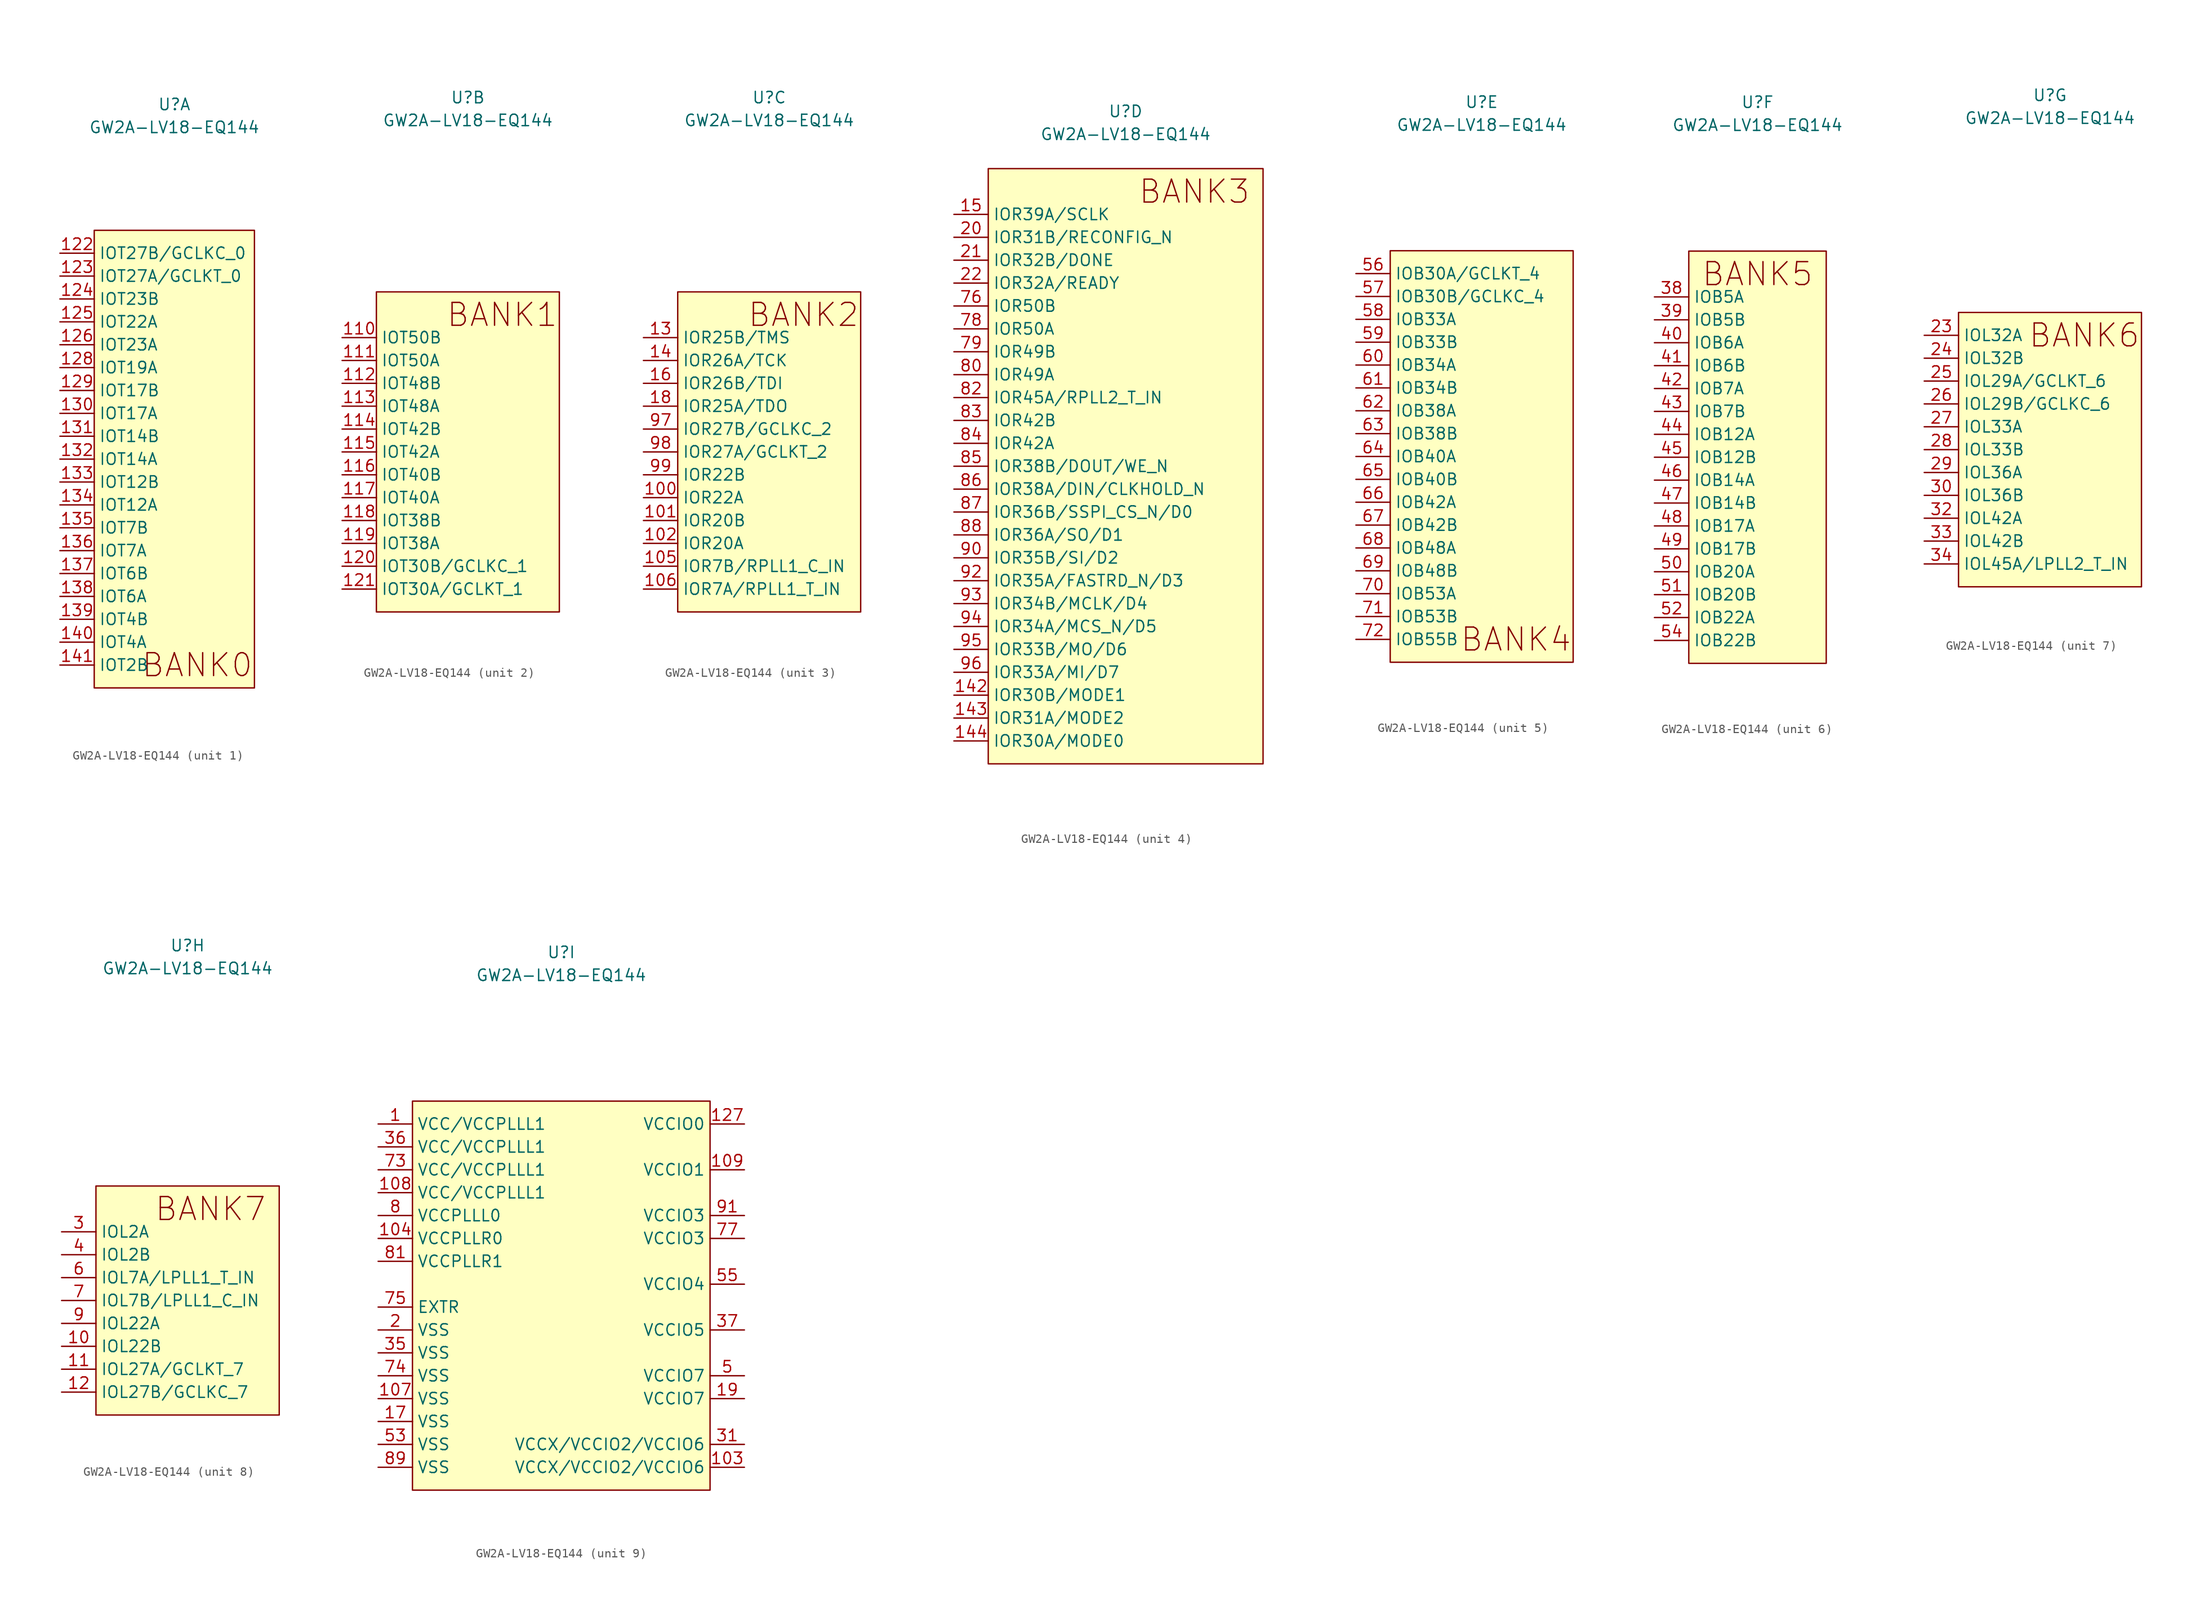
<source format=kicad_sym>
(kicad_symbol_lib
  (version 20220914)
  (generator kicad_symbol_editor)
  (symbol "GW2A-LV18-EQ144"
    (property "Reference" "U"
      (at 0 39.37 0)
      (effects (font (size 1.27 1.27))))
    (property "Value" "GW2A-LV18-EQ144"
      (at 0 36.83 0)
      (effects (font (size 1.27 1.27))))
    (property "ki_locked" ""
      (at 0 0 0)
      (effects (font (size 1.27 1.27))))
    (symbol "GW2A-LV18-EQ144_1_1"
      (rectangle (start -8.89 25.4) (end 8.89 -25.4) (stroke (width 0) (type default)) (fill (type background)))
      (text "BANK0" (at 2.54 -22.86 0) (effects (font (size 2.54 2.54))))
      (pin bidirectional line (at -12.7 22.86 0) (length 3.81) (name "IOT27B/GCLKC_0" (effects (font (size 1.27 1.27)))) (number "122" (effects (font (size 1.27 1.27)))))
      (pin bidirectional line (at -12.7 20.32 0) (length 3.81) (name "IOT27A/GCLKT_0" (effects (font (size 1.27 1.27)))) (number "123" (effects (font (size 1.27 1.27)))))
      (pin bidirectional line (at -12.7 17.78 0) (length 3.81) (name "IOT23B" (effects (font (size 1.27 1.27)))) (number "124" (effects (font (size 1.27 1.27)))))
      (pin bidirectional line (at -12.7 15.24 0) (length 3.81) (name "IOT22A" (effects (font (size 1.27 1.27)))) (number "125" (effects (font (size 1.27 1.27)))))
      (pin bidirectional line (at -12.7 12.7 0) (length 3.81) (name "IOT23A" (effects (font (size 1.27 1.27)))) (number "126" (effects (font (size 1.27 1.27)))))
      (pin bidirectional line (at -12.7 10.16 0) (length 3.81) (name "IOT19A" (effects (font (size 1.27 1.27)))) (number "128" (effects (font (size 1.27 1.27)))))
      (pin bidirectional line (at -12.7 7.62 0) (length 3.81) (name "IOT17B" (effects (font (size 1.27 1.27)))) (number "129" (effects (font (size 1.27 1.27)))))
      (pin bidirectional line (at -12.7 5.08 0) (length 3.81) (name "IOT17A" (effects (font (size 1.27 1.27)))) (number "130" (effects (font (size 1.27 1.27)))))
      (pin bidirectional line (at -12.7 2.54 0) (length 3.81) (name "IOT14B" (effects (font (size 1.27 1.27)))) (number "131" (effects (font (size 1.27 1.27)))))
      (pin bidirectional line (at -12.7 0 0) (length 3.81) (name "IOT14A" (effects (font (size 1.27 1.27)))) (number "132" (effects (font (size 1.27 1.27)))))
      (pin bidirectional line (at -12.7 -2.54 0) (length 3.81) (name "IOT12B" (effects (font (size 1.27 1.27)))) (number "133" (effects (font (size 1.27 1.27)))))
      (pin bidirectional line (at -12.7 -5.08 0) (length 3.81) (name "IOT12A" (effects (font (size 1.27 1.27)))) (number "134" (effects (font (size 1.27 1.27)))))
      (pin bidirectional line (at -12.7 -7.62 0) (length 3.81) (name "IOT7B" (effects (font (size 1.27 1.27)))) (number "135" (effects (font (size 1.27 1.27)))))
      (pin bidirectional line (at -12.7 -10.16 0) (length 3.81) (name "IOT7A" (effects (font (size 1.27 1.27)))) (number "136" (effects (font (size 1.27 1.27)))))
      (pin bidirectional line (at -12.7 -12.7 0) (length 3.81) (name "IOT6B" (effects (font (size 1.27 1.27)))) (number "137" (effects (font (size 1.27 1.27)))))
      (pin bidirectional line (at -12.7 -15.24 0) (length 3.81) (name "IOT6A" (effects (font (size 1.27 1.27)))) (number "138" (effects (font (size 1.27 1.27)))))
      (pin bidirectional line (at -12.7 -17.78 0) (length 3.81) (name "IOT4B" (effects (font (size 1.27 1.27)))) (number "139" (effects (font (size 1.27 1.27)))))
      (pin bidirectional line (at -12.7 -20.32 0) (length 3.81) (name "IOT4A" (effects (font (size 1.27 1.27)))) (number "140" (effects (font (size 1.27 1.27)))))
      (pin bidirectional line (at -12.7 -22.86 0) (length 3.81) (name "IOT2B" (effects (font (size 1.27 1.27)))) (number "141" (effects (font (size 1.27 1.27))))))
    (symbol "GW2A-LV18-EQ144_2_1"
      (rectangle (start -10.16 17.78) (end 10.16 -17.78) (stroke (width 0) (type default)) (fill (type background)))
      (text "BANK1" (at 3.81 15.24 0) (effects (font (size 2.54 2.54))))
      (pin bidirectional line (at -13.97 12.7 0) (length 3.81) (name "IOT50B" (effects (font (size 1.27 1.27)))) (number "110" (effects (font (size 1.27 1.27)))))
      (pin bidirectional line (at -13.97 10.16 0) (length 3.81) (name "IOT50A" (effects (font (size 1.27 1.27)))) (number "111" (effects (font (size 1.27 1.27)))))
      (pin bidirectional line (at -13.97 7.62 0) (length 3.81) (name "IOT48B" (effects (font (size 1.27 1.27)))) (number "112" (effects (font (size 1.27 1.27)))))
      (pin bidirectional line (at -13.97 5.08 0) (length 3.81) (name "IOT48A" (effects (font (size 1.27 1.27)))) (number "113" (effects (font (size 1.27 1.27)))))
      (pin bidirectional line (at -13.97 2.54 0) (length 3.81) (name "IOT42B" (effects (font (size 1.27 1.27)))) (number "114" (effects (font (size 1.27 1.27)))))
      (pin bidirectional line (at -13.97 0 0) (length 3.81) (name "IOT42A" (effects (font (size 1.27 1.27)))) (number "115" (effects (font (size 1.27 1.27)))))
      (pin bidirectional line (at -13.97 -2.54 0) (length 3.81) (name "IOT40B" (effects (font (size 1.27 1.27)))) (number "116" (effects (font (size 1.27 1.27)))))
      (pin bidirectional line (at -13.97 -5.08 0) (length 3.81) (name "IOT40A" (effects (font (size 1.27 1.27)))) (number "117" (effects (font (size 1.27 1.27)))))
      (pin bidirectional line (at -13.97 -7.62 0) (length 3.81) (name "IOT38B" (effects (font (size 1.27 1.27)))) (number "118" (effects (font (size 1.27 1.27)))))
      (pin bidirectional line (at -13.97 -10.16 0) (length 3.81) (name "IOT38A" (effects (font (size 1.27 1.27)))) (number "119" (effects (font (size 1.27 1.27)))))
      (pin bidirectional line (at -13.97 -12.7 0) (length 3.81) (name "IOT30B/GCLKC_1" (effects (font (size 1.27 1.27)))) (number "120" (effects (font (size 1.27 1.27)))))
      (pin bidirectional line (at -13.97 -15.24 0) (length 3.81) (name "IOT30A/GCLKT_1" (effects (font (size 1.27 1.27)))) (number "121" (effects (font (size 1.27 1.27))))))
    (symbol "GW2A-LV18-EQ144_3_1"
      (rectangle (start -10.16 17.78) (end 10.16 -17.78) (stroke (width 0) (type default)) (fill (type background)))
      (text "BANK2" (at 3.81 15.24 0) (effects (font (size 2.54 2.54))))
      (pin bidirectional line (at -13.97 -5.08 0) (length 3.81) (name "IOR22A" (effects (font (size 1.27 1.27)))) (number "100" (effects (font (size 1.27 1.27)))))
      (pin bidirectional line (at -13.97 -7.62 0) (length 3.81) (name "IOR20B" (effects (font (size 1.27 1.27)))) (number "101" (effects (font (size 1.27 1.27)))))
      (pin bidirectional line (at -13.97 -10.16 0) (length 3.81) (name "IOR20A" (effects (font (size 1.27 1.27)))) (number "102" (effects (font (size 1.27 1.27)))))
      (pin bidirectional line (at -13.97 -12.7 0) (length 3.81) (name "IOR7B/RPLL1_C_IN" (effects (font (size 1.27 1.27)))) (number "105" (effects (font (size 1.27 1.27)))))
      (pin bidirectional line (at -13.97 -15.24 0) (length 3.81) (name "IOR7A/RPLL1_T_IN" (effects (font (size 1.27 1.27)))) (number "106" (effects (font (size 1.27 1.27)))))
      (pin bidirectional line (at -13.97 12.7 0) (length 3.81) (name "IOR25B/TMS" (effects (font (size 1.27 1.27)))) (number "13" (effects (font (size 1.27 1.27)))))
      (pin bidirectional line (at -13.97 10.16 0) (length 3.81) (name "IOR26A/TCK" (effects (font (size 1.27 1.27)))) (number "14" (effects (font (size 1.27 1.27)))))
      (pin bidirectional line (at -13.97 7.62 0) (length 3.81) (name "IOR26B/TDI" (effects (font (size 1.27 1.27)))) (number "16" (effects (font (size 1.27 1.27)))))
      (pin bidirectional line (at -13.97 5.08 0) (length 3.81) (name "IOR25A/TDO" (effects (font (size 1.27 1.27)))) (number "18" (effects (font (size 1.27 1.27)))))
      (pin bidirectional line (at -13.97 2.54 0) (length 3.81) (name "IOR27B/GCLKC_2" (effects (font (size 1.27 1.27)))) (number "97" (effects (font (size 1.27 1.27)))))
      (pin bidirectional line (at -13.97 0 0) (length 3.81) (name "IOR27A/GCLKT_2" (effects (font (size 1.27 1.27)))) (number "98" (effects (font (size 1.27 1.27)))))
      (pin bidirectional line (at -13.97 -2.54 0) (length 3.81) (name "IOR22B" (effects (font (size 1.27 1.27)))) (number "99" (effects (font (size 1.27 1.27))))))
    (symbol "GW2A-LV18-EQ144_4_1"
      (rectangle (start -15.24 33.02) (end 15.24 -33.02) (stroke (width 0) (type default)) (fill (type background)))
      (text "BANK3" (at 7.62 30.48 0) (effects (font (size 2.54 2.54))))
      (pin bidirectional line (at -19.05 -25.4 0) (length 3.81) (name "IOR30B/MODE1" (effects (font (size 1.27 1.27)))) (number "142" (effects (font (size 1.27 1.27)))))
      (pin bidirectional line (at -19.05 -27.94 0) (length 3.81) (name "IOR31A/MODE2" (effects (font (size 1.27 1.27)))) (number "143" (effects (font (size 1.27 1.27)))))
      (pin bidirectional line (at -19.05 -30.48 0) (length 3.81) (name "IOR30A/MODE0" (effects (font (size 1.27 1.27)))) (number "144" (effects (font (size 1.27 1.27)))))
      (pin bidirectional line (at -19.05 27.94 0) (length 3.81) (name "IOR39A/SCLK" (effects (font (size 1.27 1.27)))) (number "15" (effects (font (size 1.27 1.27)))))
      (pin bidirectional line (at -19.05 25.4 0) (length 3.81) (name "IOR31B/RECONFIG_N" (effects (font (size 1.27 1.27)))) (number "20" (effects (font (size 1.27 1.27)))))
      (pin bidirectional line (at -19.05 22.86 0) (length 3.81) (name "IOR32B/DONE" (effects (font (size 1.27 1.27)))) (number "21" (effects (font (size 1.27 1.27)))))
      (pin bidirectional line (at -19.05 20.32 0) (length 3.81) (name "IOR32A/READY" (effects (font (size 1.27 1.27)))) (number "22" (effects (font (size 1.27 1.27)))))
      (pin bidirectional line (at -19.05 17.78 0) (length 3.81) (name "IOR50B" (effects (font (size 1.27 1.27)))) (number "76" (effects (font (size 1.27 1.27)))))
      (pin bidirectional line (at -19.05 15.24 0) (length 3.81) (name "IOR50A" (effects (font (size 1.27 1.27)))) (number "78" (effects (font (size 1.27 1.27)))))
      (pin bidirectional line (at -19.05 12.7 0) (length 3.81) (name "IOR49B" (effects (font (size 1.27 1.27)))) (number "79" (effects (font (size 1.27 1.27)))))
      (pin bidirectional line (at -19.05 10.16 0) (length 3.81) (name "IOR49A" (effects (font (size 1.27 1.27)))) (number "80" (effects (font (size 1.27 1.27)))))
      (pin bidirectional line (at -19.05 7.62 0) (length 3.81) (name "IOR45A/RPLL2_T_IN" (effects (font (size 1.27 1.27)))) (number "82" (effects (font (size 1.27 1.27)))))
      (pin bidirectional line (at -19.05 5.08 0) (length 3.81) (name "IOR42B" (effects (font (size 1.27 1.27)))) (number "83" (effects (font (size 1.27 1.27)))))
      (pin bidirectional line (at -19.05 2.54 0) (length 3.81) (name "IOR42A" (effects (font (size 1.27 1.27)))) (number "84" (effects (font (size 1.27 1.27)))))
      (pin bidirectional line (at -19.05 0 0) (length 3.81) (name "IOR38B/DOUT/WE_N" (effects (font (size 1.27 1.27)))) (number "85" (effects (font (size 1.27 1.27)))))
      (pin bidirectional line (at -19.05 -2.54 0) (length 3.81) (name "IOR38A/DIN/CLKHOLD_N" (effects (font (size 1.27 1.27)))) (number "86" (effects (font (size 1.27 1.27)))))
      (pin bidirectional line (at -19.05 -5.08 0) (length 3.81) (name "IOR36B/SSPI_CS_N/D0" (effects (font (size 1.27 1.27)))) (number "87" (effects (font (size 1.27 1.27)))))
      (pin bidirectional line (at -19.05 -7.62 0) (length 3.81) (name "IOR36A/SO/D1" (effects (font (size 1.27 1.27)))) (number "88" (effects (font (size 1.27 1.27)))))
      (pin bidirectional line (at -19.05 -10.16 0) (length 3.81) (name "IOR35B/SI/D2" (effects (font (size 1.27 1.27)))) (number "90" (effects (font (size 1.27 1.27)))))
      (pin bidirectional line (at -19.05 -12.7 0) (length 3.81) (name "IOR35A/FASTRD_N/D3" (effects (font (size 1.27 1.27)))) (number "92" (effects (font (size 1.27 1.27)))))
      (pin bidirectional line (at -19.05 -15.24 0) (length 3.81) (name "IOR34B/MCLK/D4" (effects (font (size 1.27 1.27)))) (number "93" (effects (font (size 1.27 1.27)))))
      (pin bidirectional line (at -19.05 -17.78 0) (length 3.81) (name "IOR34A/MCS_N/D5" (effects (font (size 1.27 1.27)))) (number "94" (effects (font (size 1.27 1.27)))))
      (pin bidirectional line (at -19.05 -20.32 0) (length 3.81) (name "IOR33B/MO/D6" (effects (font (size 1.27 1.27)))) (number "95" (effects (font (size 1.27 1.27)))))
      (pin bidirectional line (at -19.05 -22.86 0) (length 3.81) (name "IOR33A/MI/D7" (effects (font (size 1.27 1.27)))) (number "96" (effects (font (size 1.27 1.27))))))
    (symbol "GW2A-LV18-EQ144_5_1"
      (rectangle (start -10.16 22.86) (end 10.16 -22.86) (stroke (width 0) (type default)) (fill (type background)))
      (text "BANK4" (at 3.81 -20.32 0) (effects (font (size 2.54 2.54))))
      (pin bidirectional line (at -13.97 20.32 0) (length 3.81) (name "IOB30A/GCLKT_4" (effects (font (size 1.27 1.27)))) (number "56" (effects (font (size 1.27 1.27)))))
      (pin bidirectional line (at -13.97 17.78 0) (length 3.81) (name "IOB30B/GCLKC_4" (effects (font (size 1.27 1.27)))) (number "57" (effects (font (size 1.27 1.27)))))
      (pin bidirectional line (at -13.97 15.24 0) (length 3.81) (name "IOB33A" (effects (font (size 1.27 1.27)))) (number "58" (effects (font (size 1.27 1.27)))))
      (pin bidirectional line (at -13.97 12.7 0) (length 3.81) (name "IOB33B" (effects (font (size 1.27 1.27)))) (number "59" (effects (font (size 1.27 1.27)))))
      (pin bidirectional line (at -13.97 10.16 0) (length 3.81) (name "IOB34A" (effects (font (size 1.27 1.27)))) (number "60" (effects (font (size 1.27 1.27)))))
      (pin bidirectional line (at -13.97 7.62 0) (length 3.81) (name "IOB34B" (effects (font (size 1.27 1.27)))) (number "61" (effects (font (size 1.27 1.27)))))
      (pin bidirectional line (at -13.97 5.08 0) (length 3.81) (name "IOB38A" (effects (font (size 1.27 1.27)))) (number "62" (effects (font (size 1.27 1.27)))))
      (pin bidirectional line (at -13.97 2.54 0) (length 3.81) (name "IOB38B" (effects (font (size 1.27 1.27)))) (number "63" (effects (font (size 1.27 1.27)))))
      (pin bidirectional line (at -13.97 0 0) (length 3.81) (name "IOB40A" (effects (font (size 1.27 1.27)))) (number "64" (effects (font (size 1.27 1.27)))))
      (pin bidirectional line (at -13.97 -2.54 0) (length 3.81) (name "IOB40B" (effects (font (size 1.27 1.27)))) (number "65" (effects (font (size 1.27 1.27)))))
      (pin bidirectional line (at -13.97 -5.08 0) (length 3.81) (name "IOB42A" (effects (font (size 1.27 1.27)))) (number "66" (effects (font (size 1.27 1.27)))))
      (pin bidirectional line (at -13.97 -7.62 0) (length 3.81) (name "IOB42B" (effects (font (size 1.27 1.27)))) (number "67" (effects (font (size 1.27 1.27)))))
      (pin bidirectional line (at -13.97 -10.16 0) (length 3.81) (name "IOB48A" (effects (font (size 1.27 1.27)))) (number "68" (effects (font (size 1.27 1.27)))))
      (pin bidirectional line (at -13.97 -12.7 0) (length 3.81) (name "IOB48B" (effects (font (size 1.27 1.27)))) (number "69" (effects (font (size 1.27 1.27)))))
      (pin bidirectional line (at -13.97 -15.24 0) (length 3.81) (name "IOB53A" (effects (font (size 1.27 1.27)))) (number "70" (effects (font (size 1.27 1.27)))))
      (pin bidirectional line (at -13.97 -17.78 0) (length 3.81) (name "IOB53B" (effects (font (size 1.27 1.27)))) (number "71" (effects (font (size 1.27 1.27)))))
      (pin bidirectional line (at -13.97 -20.32 0) (length 3.81) (name "IOB55B" (effects (font (size 1.27 1.27)))) (number "72" (effects (font (size 1.27 1.27))))))
    (symbol "GW2A-LV18-EQ144_6_1"
      (rectangle (start -7.62 22.86) (end 7.62 -22.86) (stroke (width 0) (type default)) (fill (type background)))
      (text "BANK5" (at 0 20.32 0) (effects (font (size 2.54 2.54))))
      (pin bidirectional line (at -11.43 17.78 0) (length 3.81) (name "IOB5A" (effects (font (size 1.27 1.27)))) (number "38" (effects (font (size 1.27 1.27)))))
      (pin bidirectional line (at -11.43 15.24 0) (length 3.81) (name "IOB5B" (effects (font (size 1.27 1.27)))) (number "39" (effects (font (size 1.27 1.27)))))
      (pin bidirectional line (at -11.43 12.7 0) (length 3.81) (name "IOB6A" (effects (font (size 1.27 1.27)))) (number "40" (effects (font (size 1.27 1.27)))))
      (pin bidirectional line (at -11.43 10.16 0) (length 3.81) (name "IOB6B" (effects (font (size 1.27 1.27)))) (number "41" (effects (font (size 1.27 1.27)))))
      (pin bidirectional line (at -11.43 7.62 0) (length 3.81) (name "IOB7A" (effects (font (size 1.27 1.27)))) (number "42" (effects (font (size 1.27 1.27)))))
      (pin bidirectional line (at -11.43 5.08 0) (length 3.81) (name "IOB7B" (effects (font (size 1.27 1.27)))) (number "43" (effects (font (size 1.27 1.27)))))
      (pin bidirectional line (at -11.43 2.54 0) (length 3.81) (name "IOB12A" (effects (font (size 1.27 1.27)))) (number "44" (effects (font (size 1.27 1.27)))))
      (pin bidirectional line (at -11.43 0 0) (length 3.81) (name "IOB12B" (effects (font (size 1.27 1.27)))) (number "45" (effects (font (size 1.27 1.27)))))
      (pin bidirectional line (at -11.43 -2.54 0) (length 3.81) (name "IOB14A" (effects (font (size 1.27 1.27)))) (number "46" (effects (font (size 1.27 1.27)))))
      (pin bidirectional line (at -11.43 -5.08 0) (length 3.81) (name "IOB14B" (effects (font (size 1.27 1.27)))) (number "47" (effects (font (size 1.27 1.27)))))
      (pin bidirectional line (at -11.43 -7.62 0) (length 3.81) (name "IOB17A" (effects (font (size 1.27 1.27)))) (number "48" (effects (font (size 1.27 1.27)))))
      (pin bidirectional line (at -11.43 -10.16 0) (length 3.81) (name "IOB17B" (effects (font (size 1.27 1.27)))) (number "49" (effects (font (size 1.27 1.27)))))
      (pin bidirectional line (at -11.43 -12.7 0) (length 3.81) (name "IOB20A" (effects (font (size 1.27 1.27)))) (number "50" (effects (font (size 1.27 1.27)))))
      (pin bidirectional line (at -11.43 -15.24 0) (length 3.81) (name "IOB20B" (effects (font (size 1.27 1.27)))) (number "51" (effects (font (size 1.27 1.27)))))
      (pin bidirectional line (at -11.43 -17.78 0) (length 3.81) (name "IOB22A" (effects (font (size 1.27 1.27)))) (number "52" (effects (font (size 1.27 1.27)))))
      (pin bidirectional line (at -11.43 -20.32 0) (length 3.81) (name "IOB22B" (effects (font (size 1.27 1.27)))) (number "54" (effects (font (size 1.27 1.27))))))
    (symbol "GW2A-LV18-EQ144_7_1"
      (rectangle (start -10.16 15.24) (end 10.16 -15.24) (stroke (width 0) (type default)) (fill (type background)))
      (text "BANK6" (at 3.81 12.7 0) (effects (font (size 2.54 2.54))))
      (pin bidirectional line (at -13.97 12.7 0) (length 3.81) (name "IOL32A" (effects (font (size 1.27 1.27)))) (number "23" (effects (font (size 1.27 1.27)))))
      (pin bidirectional line (at -13.97 10.16 0) (length 3.81) (name "IOL32B" (effects (font (size 1.27 1.27)))) (number "24" (effects (font (size 1.27 1.27)))))
      (pin bidirectional line (at -13.97 7.62 0) (length 3.81) (name "IOL29A/GCLKT_6" (effects (font (size 1.27 1.27)))) (number "25" (effects (font (size 1.27 1.27)))))
      (pin bidirectional line (at -13.97 5.08 0) (length 3.81) (name "IOL29B/GCLKC_6" (effects (font (size 1.27 1.27)))) (number "26" (effects (font (size 1.27 1.27)))))
      (pin bidirectional line (at -13.97 2.54 0) (length 3.81) (name "IOL33A" (effects (font (size 1.27 1.27)))) (number "27" (effects (font (size 1.27 1.27)))))
      (pin bidirectional line (at -13.97 0 0) (length 3.81) (name "IOL33B" (effects (font (size 1.27 1.27)))) (number "28" (effects (font (size 1.27 1.27)))))
      (pin bidirectional line (at -13.97 -2.54 0) (length 3.81) (name "IOL36A" (effects (font (size 1.27 1.27)))) (number "29" (effects (font (size 1.27 1.27)))))
      (pin bidirectional line (at -13.97 -5.08 0) (length 3.81) (name "IOL36B" (effects (font (size 1.27 1.27)))) (number "30" (effects (font (size 1.27 1.27)))))
      (pin bidirectional line (at -13.97 -7.62 0) (length 3.81) (name "IOL42A" (effects (font (size 1.27 1.27)))) (number "32" (effects (font (size 1.27 1.27)))))
      (pin bidirectional line (at -13.97 -10.16 0) (length 3.81) (name "IOL42B" (effects (font (size 1.27 1.27)))) (number "33" (effects (font (size 1.27 1.27)))))
      (pin bidirectional line (at -13.97 -12.7 0) (length 3.81) (name "IOL45A/LPLL2_T_IN" (effects (font (size 1.27 1.27)))) (number "34" (effects (font (size 1.27 1.27))))))
    (symbol "GW2A-LV18-EQ144_8_1"
      (rectangle (start -10.16 12.7) (end 10.16 -12.7) (stroke (width 0) (type default)) (fill (type background)))
      (text "BANK7" (at 2.54 10.16 0) (effects (font (size 2.54 2.54))))
      (pin bidirectional line (at -13.97 -5.08 0) (length 3.81) (name "IOL22B" (effects (font (size 1.27 1.27)))) (number "10" (effects (font (size 1.27 1.27)))))
      (pin bidirectional line (at -13.97 -7.62 0) (length 3.81) (name "IOL27A/GCLKT_7" (effects (font (size 1.27 1.27)))) (number "11" (effects (font (size 1.27 1.27)))))
      (pin bidirectional line (at -13.97 -10.16 0) (length 3.81) (name "IOL27B/GCLKC_7" (effects (font (size 1.27 1.27)))) (number "12" (effects (font (size 1.27 1.27)))))
      (pin bidirectional line (at -13.97 7.62 0) (length 3.81) (name "IOL2A" (effects (font (size 1.27 1.27)))) (number "3" (effects (font (size 1.27 1.27)))))
      (pin bidirectional line (at -13.97 5.08 0) (length 3.81) (name "IOL2B" (effects (font (size 1.27 1.27)))) (number "4" (effects (font (size 1.27 1.27)))))
      (pin bidirectional line (at -13.97 2.54 0) (length 3.81) (name "IOL7A/LPLL1_T_IN" (effects (font (size 1.27 1.27)))) (number "6" (effects (font (size 1.27 1.27)))))
      (pin bidirectional line (at -13.97 0 0) (length 3.81) (name "IOL7B/LPLL1_C_IN" (effects (font (size 1.27 1.27)))) (number "7" (effects (font (size 1.27 1.27)))))
      (pin bidirectional line (at -13.97 -2.54 0) (length 3.81) (name "IOL22A" (effects (font (size 1.27 1.27)))) (number "9" (effects (font (size 1.27 1.27))))))
    (symbol "GW2A-LV18-EQ144_9_1"
      (rectangle (start -16.51 22.86) (end 16.51 -20.32) (stroke (width 0) (type default)) (fill (type background)))
      (pin power_in line (at -20.32 20.32 0) (length 3.81) (name "VCC/VCCPLLL1" (effects (font (size 1.27 1.27)))) (number "1" (effects (font (size 1.27 1.27)))))
      (pin power_in line (at 20.32 -17.78 180) (length 3.81) (name "VCCX/VCCIO2/VCCIO6" (effects (font (size 1.27 1.27)))) (number "103" (effects (font (size 1.27 1.27)))))
      (pin power_in line (at -20.32 7.62 0) (length 3.81) (name "VCCPLLR0" (effects (font (size 1.27 1.27)))) (number "104" (effects (font (size 1.27 1.27)))))
      (pin power_in line (at -20.32 -10.16 0) (length 3.81) (name "VSS" (effects (font (size 1.27 1.27)))) (number "107" (effects (font (size 1.27 1.27)))))
      (pin power_in line (at -20.32 12.7 0) (length 3.81) (name "VCC/VCCPLLL1" (effects (font (size 1.27 1.27)))) (number "108" (effects (font (size 1.27 1.27)))))
      (pin power_in line (at 20.32 15.24 180) (length 3.81) (name "VCCIO1" (effects (font (size 1.27 1.27)))) (number "109" (effects (font (size 1.27 1.27)))))
      (pin power_in line (at 20.32 20.32 180) (length 3.81) (name "VCCIO0" (effects (font (size 1.27 1.27)))) (number "127" (effects (font (size 1.27 1.27)))))
      (pin power_in line (at -20.32 -12.7 0) (length 3.81) (name "VSS" (effects (font (size 1.27 1.27)))) (number "17" (effects (font (size 1.27 1.27)))))
      (pin power_in line (at 20.32 -10.16 180) (length 3.81) (name "VCCIO7" (effects (font (size 1.27 1.27)))) (number "19" (effects (font (size 1.27 1.27)))))
      (pin power_in line (at -20.32 -2.54 0) (length 3.81) (name "VSS" (effects (font (size 1.27 1.27)))) (number "2" (effects (font (size 1.27 1.27)))))
      (pin power_in line (at 20.32 -15.24 180) (length 3.81) (name "VCCX/VCCIO2/VCCIO6" (effects (font (size 1.27 1.27)))) (number "31" (effects (font (size 1.27 1.27)))))
      (pin power_in line (at -20.32 -5.08 0) (length 3.81) (name "VSS" (effects (font (size 1.27 1.27)))) (number "35" (effects (font (size 1.27 1.27)))))
      (pin power_in line (at -20.32 17.78 0) (length 3.81) (name "VCC/VCCPLLL1" (effects (font (size 1.27 1.27)))) (number "36" (effects (font (size 1.27 1.27)))))
      (pin power_in line (at 20.32 -2.54 180) (length 3.81) (name "VCCIO5" (effects (font (size 1.27 1.27)))) (number "37" (effects (font (size 1.27 1.27)))))
      (pin power_in line (at 20.32 -7.62 180) (length 3.81) (name "VCCIO7" (effects (font (size 1.27 1.27)))) (number "5" (effects (font (size 1.27 1.27)))))
      (pin power_in line (at -20.32 -15.24 0) (length 3.81) (name "VSS" (effects (font (size 1.27 1.27)))) (number "53" (effects (font (size 1.27 1.27)))))
      (pin power_in line (at 20.32 2.54 180) (length 3.81) (name "VCCIO4" (effects (font (size 1.27 1.27)))) (number "55" (effects (font (size 1.27 1.27)))))
      (pin power_in line (at -20.32 15.24 0) (length 3.81) (name "VCC/VCCPLLL1" (effects (font (size 1.27 1.27)))) (number "73" (effects (font (size 1.27 1.27)))))
      (pin power_in line (at -20.32 -7.62 0) (length 3.81) (name "VSS" (effects (font (size 1.27 1.27)))) (number "74" (effects (font (size 1.27 1.27)))))
      (pin bidirectional line (at -20.32 0 0) (length 3.81) (name "EXTR" (effects (font (size 1.27 1.27)))) (number "75" (effects (font (size 1.27 1.27)))))
      (pin power_in line (at 20.32 7.62 180) (length 3.81) (name "VCCIO3" (effects (font (size 1.27 1.27)))) (number "77" (effects (font (size 1.27 1.27)))))
      (pin power_in line (at -20.32 10.16 0) (length 3.81) (name "VCCPLLL0" (effects (font (size 1.27 1.27)))) (number "8" (effects (font (size 1.27 1.27)))))
      (pin power_in line (at -20.32 5.08 0) (length 3.81) (name "VCCPLLR1" (effects (font (size 1.27 1.27)))) (number "81" (effects (font (size 1.27 1.27)))))
      (pin power_in line (at -20.32 -17.78 0) (length 3.81) (name "VSS" (effects (font (size 1.27 1.27)))) (number "89" (effects (font (size 1.27 1.27)))))
      (pin power_in line (at 20.32 10.16 180) (length 3.81) (name "VCCIO3" (effects (font (size 1.27 1.27)))) (number "91" (effects (font (size 1.27 1.27))))))))
</source>
